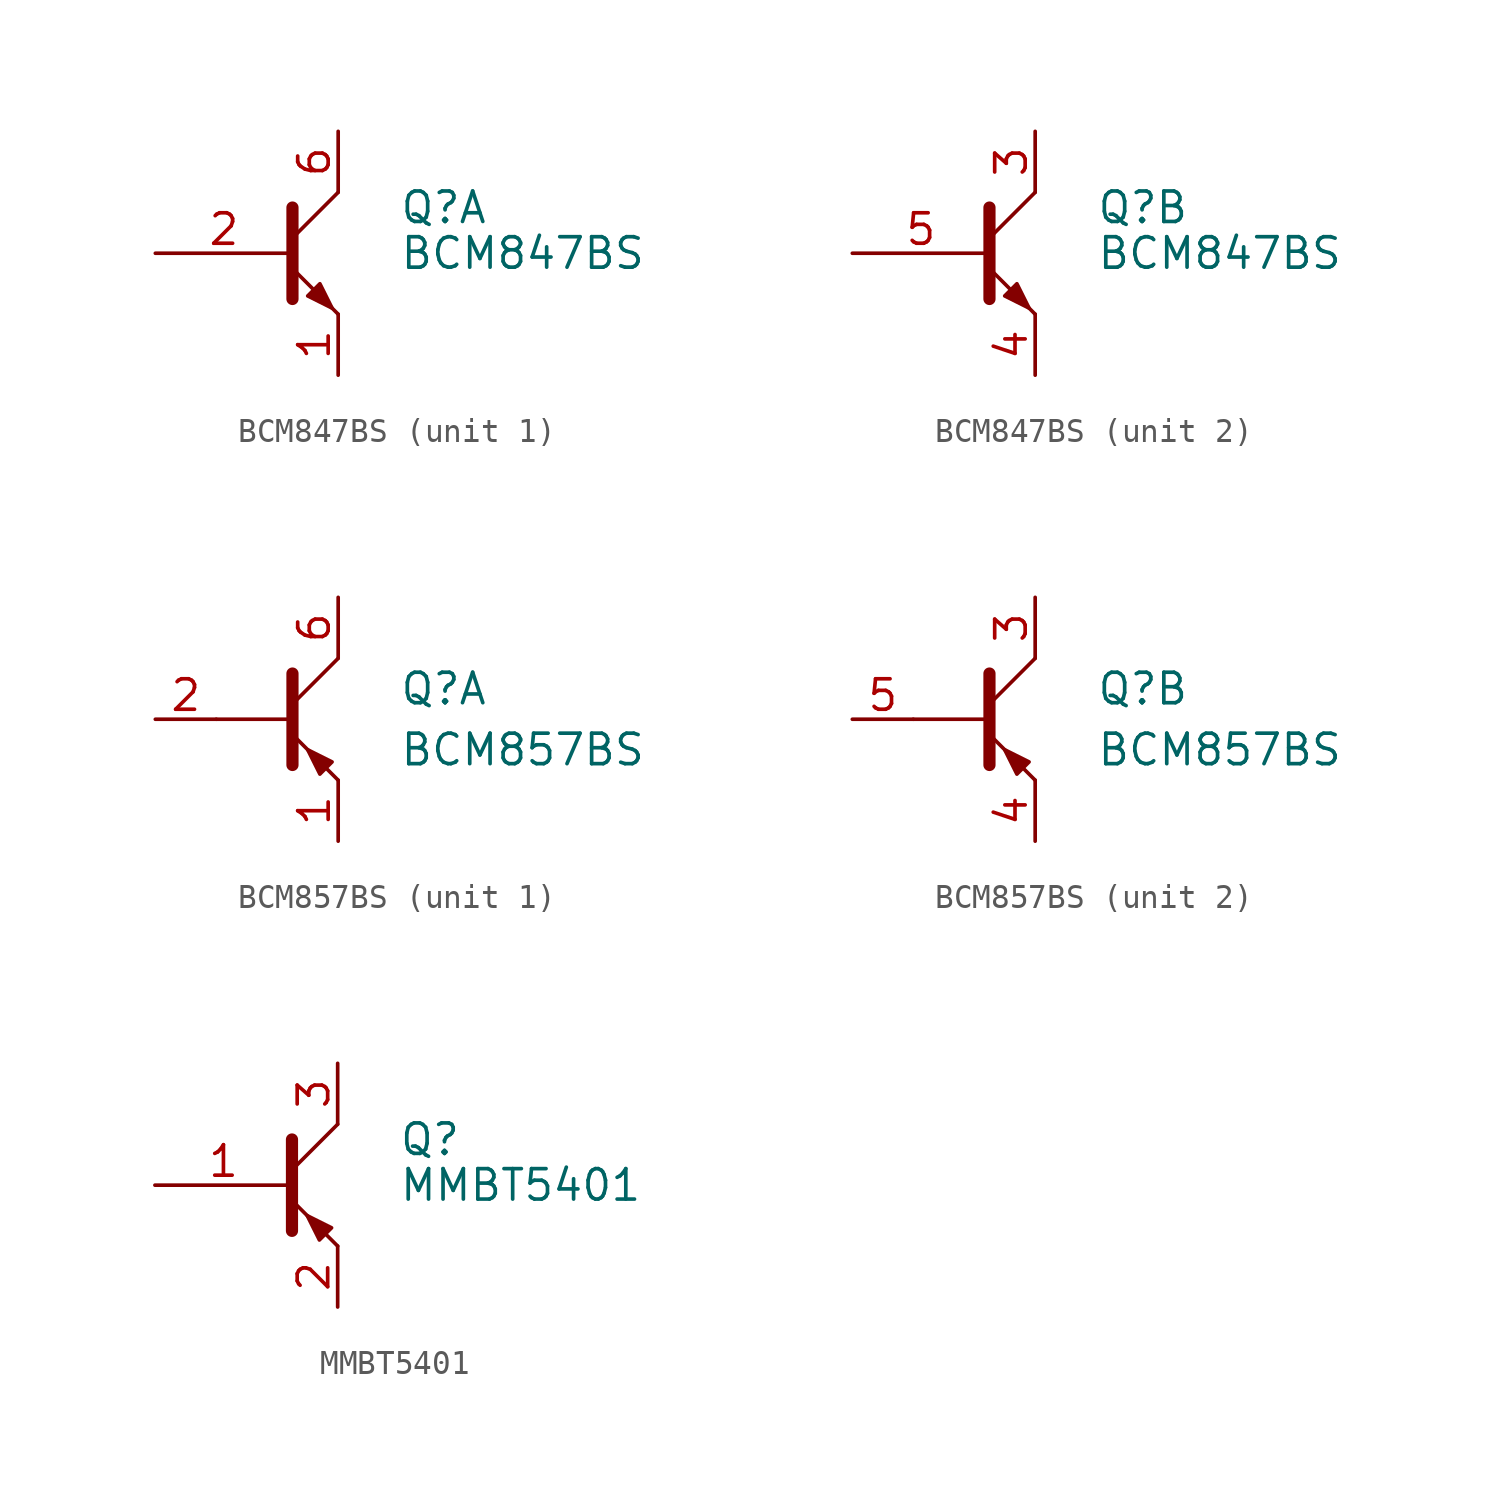
<source format=kicad_sym>
(kicad_symbol_lib
  (version 20211014)
  (generator kicad_symbol_editor)
  (symbol "BCM847BS"
    (pin_names
      (offset 0) hide)
    (property "Reference" "Q"
      (at 5.08 1.905 0)
      (effects (font (size 1.27 1.27)) (justify left)))
    (property "Value" "BCM847BS"
      (at 5.08 0 0)
      (effects (font (size 1.27 1.27)) (justify left)))
    (symbol "BCM847BS_0_1"
      (polyline (pts (xy 0.635 0.635) (xy 2.54 2.54)) (stroke (width 0) (type default) (color 0 0 0 0)) (fill (type none)))
      (polyline (pts (xy 0.635 -0.635) (xy 2.54 -2.54) (xy 2.54 -2.54)) (stroke (width 0) (type default) (color 0 0 0 0)) (fill (type none)))
      (polyline (pts (xy 0.635 1.905) (xy 0.635 -1.905) (xy 0.635 -1.905)) (stroke (width 0.508) (type default) (color 0 0 0 0)) (fill (type none)))
      (polyline (pts (xy 1.27 -1.778) (xy 1.778 -1.27) (xy 2.286 -2.286) (xy 1.27 -1.778) (xy 1.27 -1.778)) (stroke (width 0) (type default) (color 0 0 0 0)) (fill (type outline))))
    (symbol "BCM847BS_1_1"
      (pin passive line (at 2.54 -5.08 90) (length 2.54) (name "E" (effects (font (size 1.27 1.27)))) (number "1" (effects (font (size 1.27 1.27)))))
      (pin passive line (at -5.08 0 0) (length 5.715) (name "B" (effects (font (size 1.27 1.27)))) (number "2" (effects (font (size 1.27 1.27)))))
      (pin passive line (at 2.54 5.08 270) (length 2.54) (name "C" (effects (font (size 1.27 1.27)))) (number "6" (effects (font (size 1.27 1.27))))))
    (symbol "BCM847BS_2_1"
      (pin passive line (at 2.54 5.08 270) (length 2.54) (name "C" (effects (font (size 1.27 1.27)))) (number "3" (effects (font (size 1.27 1.27)))))
      (pin passive line (at 2.54 -5.08 90) (length 2.54) (name "E" (effects (font (size 1.27 1.27)))) (number "4" (effects (font (size 1.27 1.27)))))
      (pin passive line (at -5.08 0 0) (length 5.715) (name "B" (effects (font (size 1.27 1.27)))) (number "5" (effects (font (size 1.27 1.27)))))))
  (symbol "BCM857BS"
    (pin_names
      (offset 0) hide)
    (property "Reference" "Q"
      (at 5.08 1.27 0)
      (effects (font (size 1.27 1.27)) (justify left)))
    (property "Value" "BCM857BS"
      (at 5.08 -1.27 0)
      (effects (font (size 1.27 1.27)) (justify left)))
    (property "ki_locked" ""
      (at 0 0 0)
      (effects (font (size 1.27 1.27))))
    (symbol "BCM857BS_0_1"
      (polyline (pts (xy 0.635 0) (xy -2.54 0)) (stroke (width 0) (type default) (color 0 0 0 0)) (fill (type none)))
      (polyline (pts (xy 0.635 0.635) (xy 2.54 2.54)) (stroke (width 0) (type default) (color 0 0 0 0)) (fill (type none)))
      (polyline (pts (xy 0.635 -0.635) (xy 2.54 -2.54) (xy 2.54 -2.54)) (stroke (width 0) (type default) (color 0 0 0 0)) (fill (type none)))
      (polyline (pts (xy 0.635 1.905) (xy 0.635 -1.905) (xy 0.635 -1.905)) (stroke (width 0.508) (type default) (color 0 0 0 0)) (fill (type none)))
      (polyline (pts (xy 2.286 -1.778) (xy 1.778 -2.286) (xy 1.27 -1.27) (xy 2.286 -1.778) (xy 2.286 -1.778)) (stroke (width 0) (type default) (color 0 0 0 0)) (fill (type outline))))
    (symbol "BCM857BS_1_1"
      (pin passive line (at 2.54 -5.08 90) (length 2.54) (name "E1" (effects (font (size 1.27 1.27)))) (number "1" (effects (font (size 1.27 1.27)))))
      (pin input line (at -5.08 0 0) (length 2.54) (name "B1" (effects (font (size 1.27 1.27)))) (number "2" (effects (font (size 1.27 1.27)))))
      (pin passive line (at 2.54 5.08 270) (length 2.54) (name "C1" (effects (font (size 1.27 1.27)))) (number "6" (effects (font (size 1.27 1.27))))))
    (symbol "BCM857BS_2_1"
      (pin passive line (at 2.54 5.08 270) (length 2.54) (name "C2" (effects (font (size 1.27 1.27)))) (number "3" (effects (font (size 1.27 1.27)))))
      (pin passive line (at 2.54 -5.08 90) (length 2.54) (name "E2" (effects (font (size 1.27 1.27)))) (number "4" (effects (font (size 1.27 1.27)))))
      (pin input line (at -5.08 0 0) (length 2.54) (name "B2" (effects (font (size 1.27 1.27)))) (number "5" (effects (font (size 1.27 1.27)))))))
  (symbol "MMBT5401"
    (pin_names
      (offset 0) hide)
    (property "Reference" "Q"
      (at 5.08 1.905 0)
      (effects (font (size 1.27 1.27)) (justify left)))
    (property "Value" "MMBT5401"
      (at 5.08 0 0)
      (effects (font (size 1.27 1.27)) (justify left)))
    (symbol "MMBT5401_0_1"
      (polyline (pts (xy 0.635 0.635) (xy 2.54 2.54)) (stroke (width 0) (type default) (color 0 0 0 0)) (fill (type none)))
      (polyline (pts (xy 0.635 -0.635) (xy 2.54 -2.54) (xy 2.54 -2.54)) (stroke (width 0) (type default) (color 0 0 0 0)) (fill (type none)))
      (polyline (pts (xy 0.635 1.905) (xy 0.635 -1.905) (xy 0.635 -1.905)) (stroke (width 0.508) (type default) (color 0 0 0 0)) (fill (type none)))
      (polyline (pts (xy 2.286 -1.778) (xy 1.778 -2.286) (xy 1.27 -1.27) (xy 2.286 -1.778) (xy 2.286 -1.778)) (stroke (width 0) (type default) (color 0 0 0 0)) (fill (type outline))))
    (symbol "MMBT5401_1_1"
      (pin input line (at -5.08 0 0) (length 5.715) (name "B" (effects (font (size 1.27 1.27)))) (number "1" (effects (font (size 1.27 1.27)))))
      (pin passive line (at 2.54 -5.08 90) (length 2.54) (name "E" (effects (font (size 1.27 1.27)))) (number "2" (effects (font (size 1.27 1.27)))))
      (pin passive line (at 2.54 5.08 270) (length 2.54) (name "C" (effects (font (size 1.27 1.27)))) (number "3" (effects (font (size 1.27 1.27))))))))
</source>
